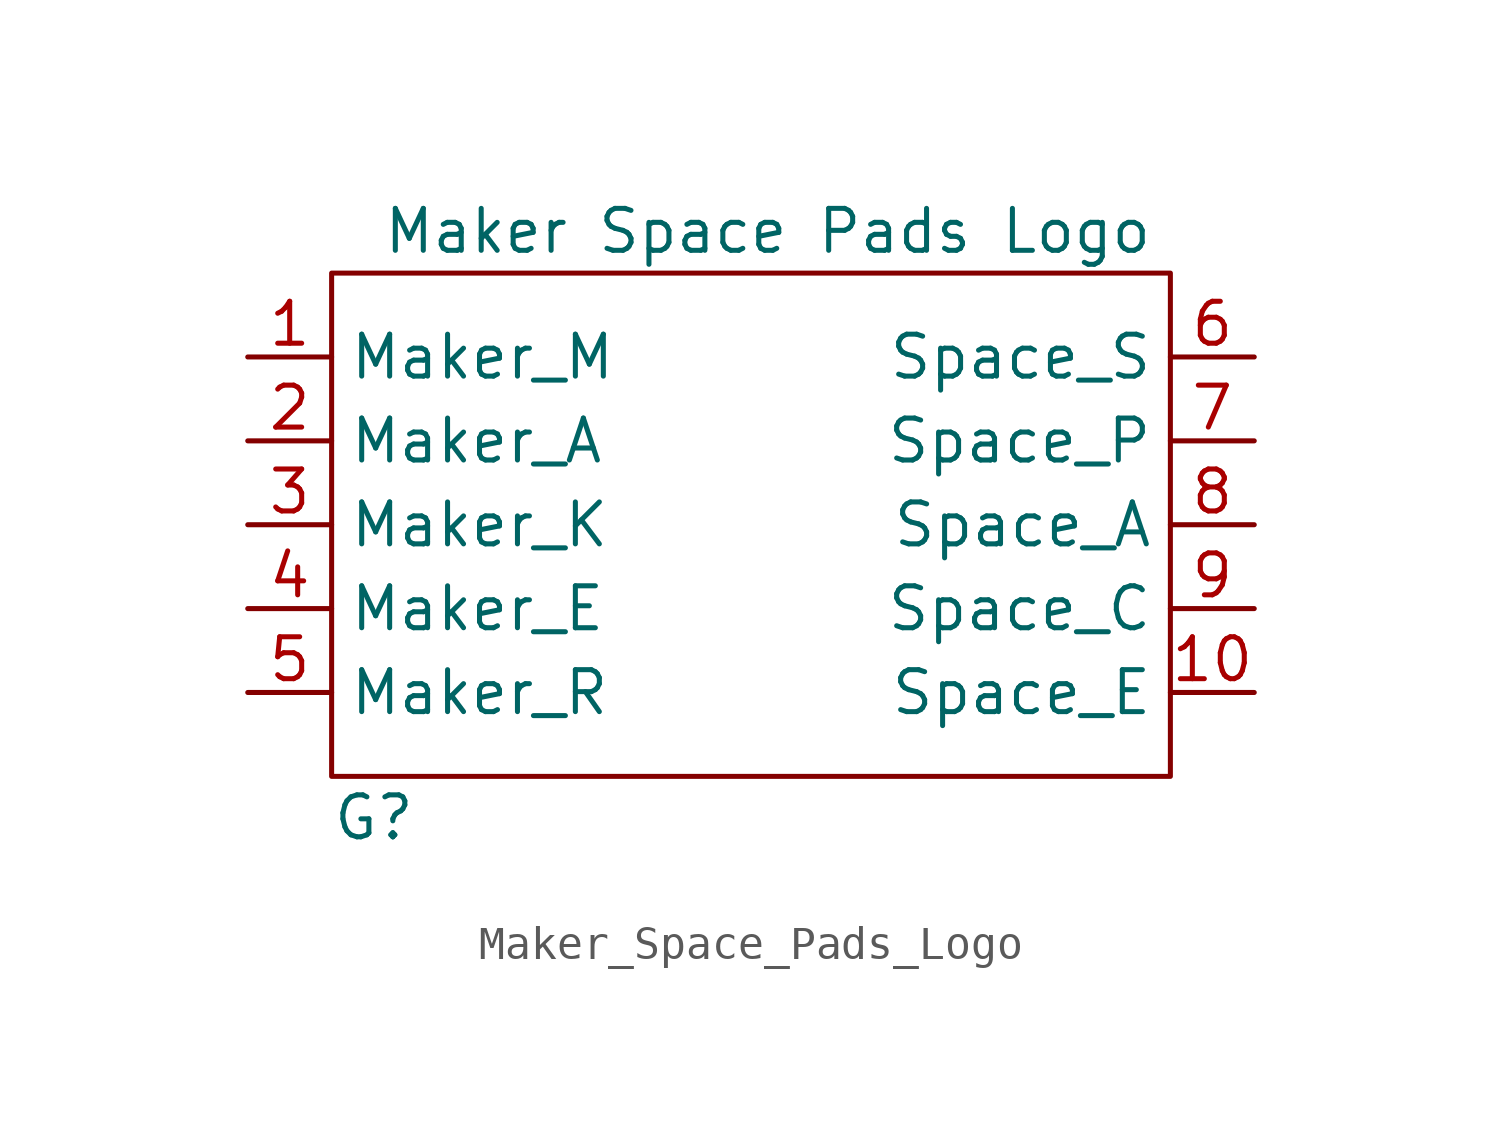
<source format=kicad_sym>
(kicad_symbol_lib
  (version 20231120)
  (generator "kicad_symbol_editor")
  (generator_version "8.0")
  (symbol "Maker_Space_Pads_Logo"
    (property "Reference" "G"
      (at -12.7 -8.128 0)
      (effects (font (size 1.27 1.27)) (justify left top)))
    (property "Value" "Maker Space Pads Logo"
      (at 0.508 8.89 0)
      (effects (font (size 1.27 1.27))))
    (symbol "Maker_Space_Pads_Logo_0_1"
      (rectangle (start -12.7 7.62) (end 12.7 -7.62) (stroke (width 0) (type default)) (fill (type none))))
    (symbol "Maker_Space_Pads_Logo_1_1"
      (pin unspecified line (at -15.24 5.08 0) (length 2.54) (name "Maker_M" (effects (font (size 1.27 1.27)))) (number "1" (effects (font (size 1.27 1.27)))))
      (pin unspecified line (at 15.24 -5.08 180) (length 2.54) (name "Space_E" (effects (font (size 1.27 1.27)))) (number "10" (effects (font (size 1.27 1.27)))))
      (pin unspecified line (at -15.24 2.54 0) (length 2.54) (name "Maker_A" (effects (font (size 1.27 1.27)))) (number "2" (effects (font (size 1.27 1.27)))))
      (pin unspecified line (at -15.24 0 0) (length 2.54) (name "Maker_K" (effects (font (size 1.27 1.27)))) (number "3" (effects (font (size 1.27 1.27)))))
      (pin unspecified line (at -15.24 -2.54 0) (length 2.54) (name "Maker_E" (effects (font (size 1.27 1.27)))) (number "4" (effects (font (size 1.27 1.27)))))
      (pin unspecified line (at -15.24 -5.08 0) (length 2.54) (name "Maker_R" (effects (font (size 1.27 1.27)))) (number "5" (effects (font (size 1.27 1.27)))))
      (pin unspecified line (at 15.24 5.08 180) (length 2.54) (name "Space_S" (effects (font (size 1.27 1.27)))) (number "6" (effects (font (size 1.27 1.27)))))
      (pin unspecified line (at 15.24 2.54 180) (length 2.54) (name "Space_P" (effects (font (size 1.27 1.27)))) (number "7" (effects (font (size 1.27 1.27)))))
      (pin unspecified line (at 15.24 0 180) (length 2.54) (name "Space_A" (effects (font (size 1.27 1.27)))) (number "8" (effects (font (size 1.27 1.27)))))
      (pin unspecified line (at 15.24 -2.54 180) (length 2.54) (name "Space_C" (effects (font (size 1.27 1.27)))) (number "9" (effects (font (size 1.27 1.27))))))))
</source>
